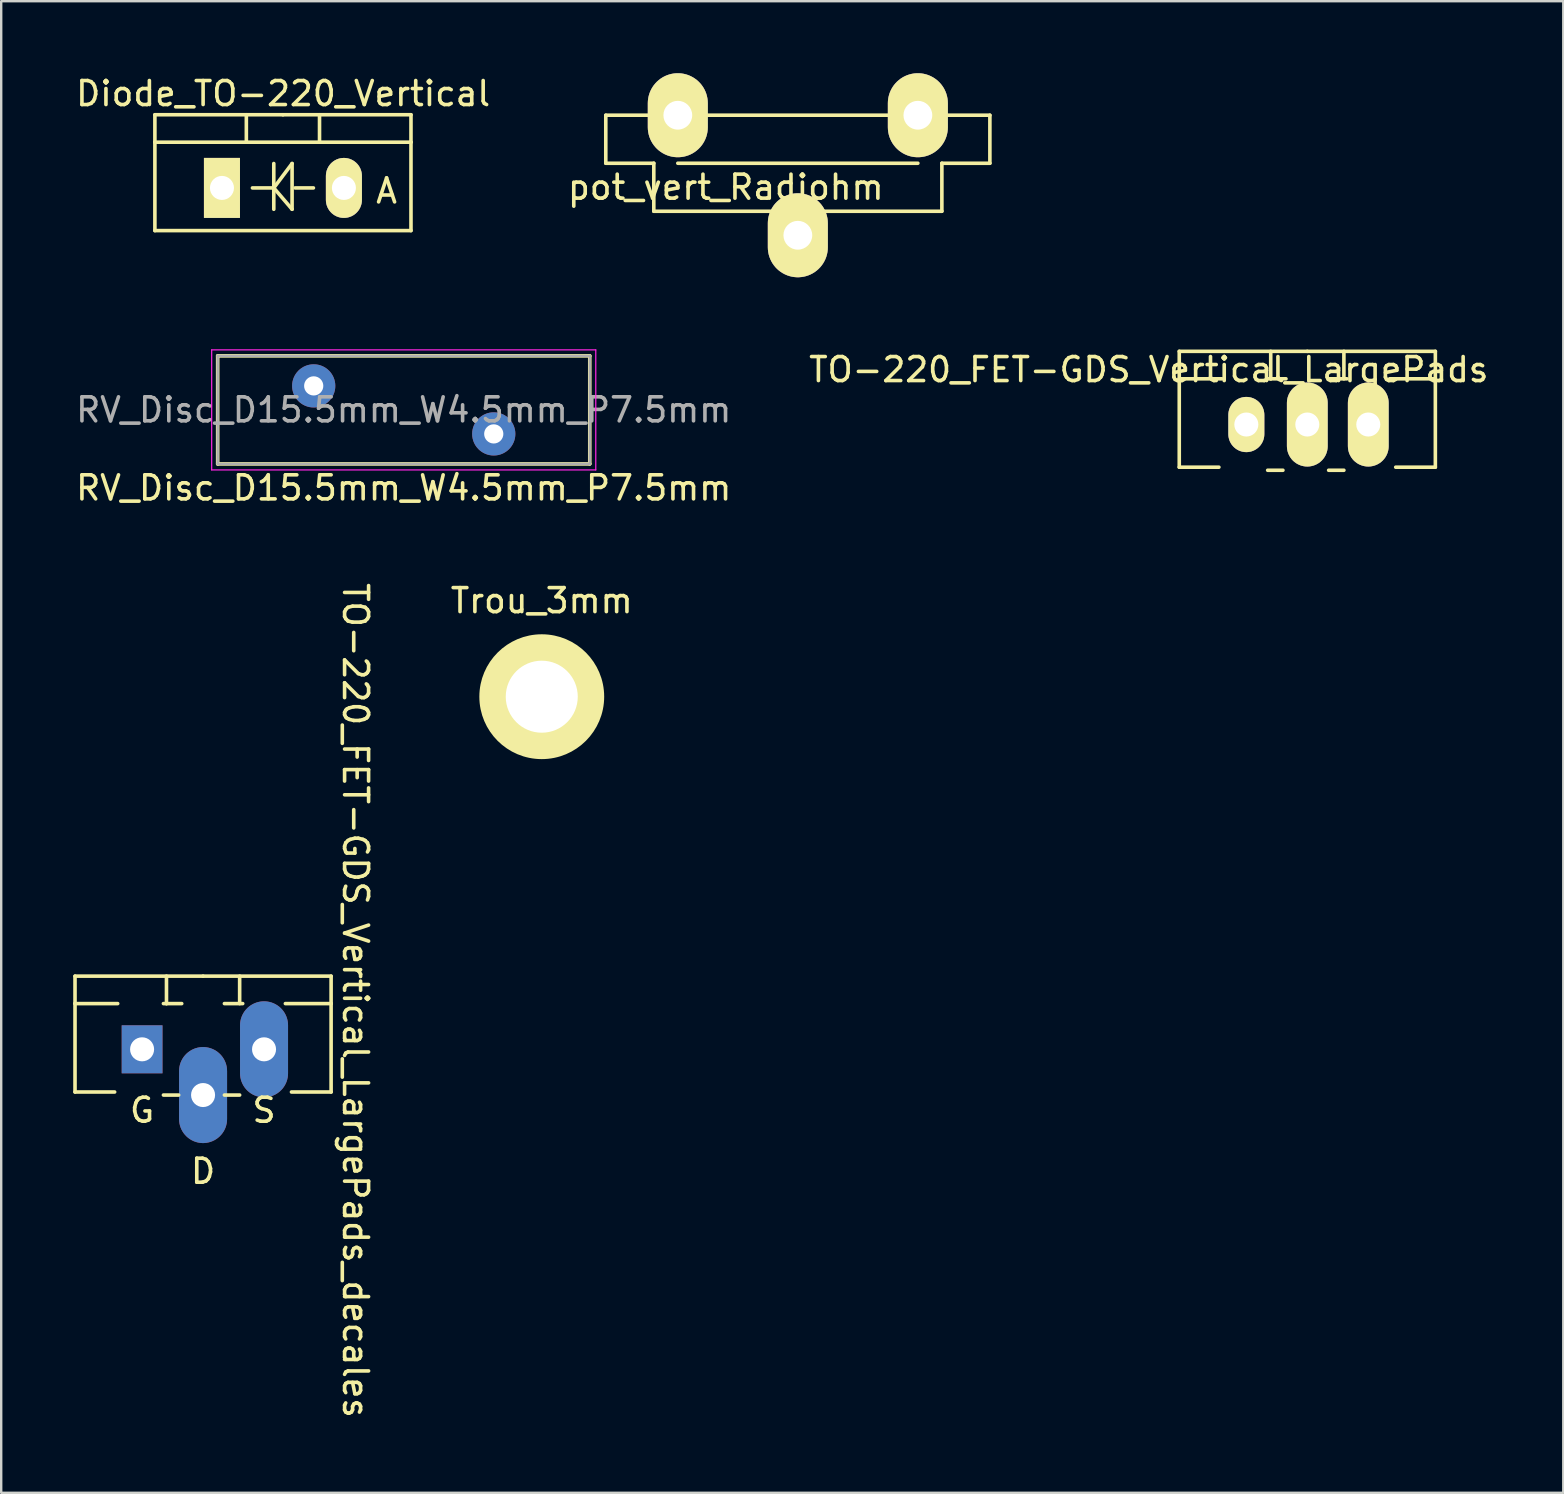
<source format=kicad_pcb>
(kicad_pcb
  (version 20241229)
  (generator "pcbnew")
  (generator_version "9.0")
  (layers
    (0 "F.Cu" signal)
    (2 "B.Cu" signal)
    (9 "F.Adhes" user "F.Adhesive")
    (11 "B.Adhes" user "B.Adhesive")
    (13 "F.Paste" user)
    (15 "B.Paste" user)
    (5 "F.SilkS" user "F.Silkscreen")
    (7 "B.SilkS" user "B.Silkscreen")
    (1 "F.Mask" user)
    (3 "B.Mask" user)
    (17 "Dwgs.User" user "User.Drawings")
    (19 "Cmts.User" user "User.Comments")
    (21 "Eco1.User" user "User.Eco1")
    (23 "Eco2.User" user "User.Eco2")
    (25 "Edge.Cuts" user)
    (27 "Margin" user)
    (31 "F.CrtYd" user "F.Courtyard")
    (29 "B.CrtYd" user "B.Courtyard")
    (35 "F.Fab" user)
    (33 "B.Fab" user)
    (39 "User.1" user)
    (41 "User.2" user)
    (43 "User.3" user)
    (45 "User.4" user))
  (footprint "RV_Disc_D15.5mm_W4.5mm_P7.5mm"
    (layer "F.Cu")
    (at 10.018 13.025)
    (property "Reference" "RV_Disc_D15.5mm_W4.5mm_P7.5mm" (at 3.75 4.25 0) (layer "F.SilkS") (effects (font (size 1 1) (thickness 0.15))))
    (attr through_hole)
    (fp_line (start -4 -1.25) (end -4 3.25) (stroke (width 0.15) (type solid)) (layer "F.SilkS"))
    (fp_line (start -4 -1.25) (end 11.5 -1.25) (stroke (width 0.15) (type solid)) (layer "F.SilkS"))
    (fp_line (start -4 3.25) (end 11.5 3.25) (stroke (width 0.15) (type solid)) (layer "F.SilkS"))
    (fp_line (start 11.5 -1.25) (end 11.5 3.25) (stroke (width 0.15) (type solid)) (layer "F.SilkS"))
    (fp_line (start -4.25 -1.5) (end -4.25 3.5) (stroke (width 0.05) (type solid)) (layer "F.CrtYd"))
    (fp_line (start -4.25 -1.5) (end 11.75 -1.5) (stroke (width 0.05) (type solid)) (layer "F.CrtYd"))
    (fp_line (start -4.25 3.5) (end 11.75 3.5) (stroke (width 0.05) (type solid)) (layer "F.CrtYd"))
    (fp_line (start 11.75 -1.5) (end 11.75 3.5) (stroke (width 0.05) (type solid)) (layer "F.CrtYd"))
    (fp_line (start -4 -1.25) (end -4 3.25) (stroke (width 0.1) (type solid)) (layer "F.Fab"))
    (fp_line (start -4 -1.25) (end 11.5 -1.25) (stroke (width 0.1) (type solid)) (layer "F.Fab"))
    (fp_line (start -4 3.25) (end 11.5 3.25) (stroke (width 0.1) (type solid)) (layer "F.Fab"))
    (fp_line (start 11.5 -1.25) (end 11.5 3.25) (stroke (width 0.1) (type solid)) (layer "F.Fab"))
    (fp_text user "${REFERENCE}" (at 3.75 1 0) (layer "F.Fab") (effects (font (size 1 1) (thickness 0.15))))
    (pad "1" thru_hole circle (at 0 0) (size 1.8 1.8) (drill 0.8) (layers "*.Cu" "*.Mask"))
    (pad "2" thru_hole circle (at 7.5 2) (size 1.8 1.8) (drill 0.8) (layers "*.Cu" "*.Mask")))
  (footprint "Diode_TO-220_Vertical"
    (layer "F.Cu")
    (at 6.196 4.778)
    (property "Reference" "Diode_TO-220_Vertical" (at 2.548 -3.929 0) (layer "F.SilkS") (effects (font (size 1 1) (thickness 0.15))))
    (attr through_hole)
    (fp_line (start -2.794 -1.905) (end -2.794 -3.048) (stroke (width 0.15) (type solid)) (layer "F.SilkS"))
    (fp_line (start -2.794 1.778) (end -2.794 -1.905) (stroke (width 0.15) (type solid)) (layer "F.SilkS"))
    (fp_line (start 1.016 -3.048) (end 1.016 -1.905) (stroke (width 0.15) (type solid)) (layer "F.SilkS"))
    (fp_line (start 2.159 -1.016) (end 2.159 0.889) (stroke (width 0.15) (type solid)) (layer "F.SilkS"))
    (fp_line (start 2.159 0) (end 1.27 0) (stroke (width 0.15) (type solid)) (layer "F.SilkS"))
    (fp_line (start 2.159 0) (end 2.921 -1.016) (stroke (width 0.15) (type solid)) (layer "F.SilkS"))
    (fp_line (start 2.54 -3.048) (end -2.794 -3.048) (stroke (width 0.15) (type solid)) (layer "F.SilkS"))
    (fp_line (start 2.54 -3.048) (end 7.874 -3.048) (stroke (width 0.15) (type solid)) (layer "F.SilkS"))
    (fp_line (start 2.921 -1.016) (end 2.921 0.889) (stroke (width 0.15) (type solid)) (layer "F.SilkS"))
    (fp_line (start 2.921 0.889) (end 2.159 0) (stroke (width 0.15) (type solid)) (layer "F.SilkS"))
    (fp_line (start 3.048 0) (end 3.81 0) (stroke (width 0.15) (type solid)) (layer "F.SilkS"))
    (fp_line (start 4.064 -3.048) (end 4.064 -1.905) (stroke (width 0.15) (type solid)) (layer "F.SilkS"))
    (fp_line (start 7.874 -3.048) (end 7.874 -1.905) (stroke (width 0.15) (type solid)) (layer "F.SilkS"))
    (fp_line (start 7.874 -1.905) (end -2.794 -1.905) (stroke (width 0.15) (type solid)) (layer "F.SilkS"))
    (fp_line (start 7.874 -1.905) (end 7.874 1.778) (stroke (width 0.15) (type solid)) (layer "F.SilkS"))
    (fp_line (start 7.874 1.778) (end -2.794 1.778) (stroke (width 0.15) (type solid)) (layer "F.SilkS"))
    (fp_text user "A" (at 6.858 0.127 0) (layer "F.SilkS") (effects (font (size 1 1) (thickness 0.15))))
    (pad "1" thru_hole rect (at 0 0 90) (size 2.499 1.501) (drill 1.001) (layers "*.Cu" "*.Mask" "F.SilkS"))
    (pad "2" thru_hole oval (at 5.08 0 90) (size 2.499 1.501) (drill 1.001) (layers "*.Cu" "*.Mask" "F.SilkS")))
  (footprint "TO-220_FET-GDS_Vertical_LargePads"
    (layer "F.Cu")
    (at 51.408 14.634)
    (property "Reference" "TO-220_FET-GDS_Vertical_LargePads" (at -6.604 -2.286 0) (layer "F.SilkS") (effects (font (size 1 1) (thickness 0.15))))
    (attr through_hole)
    (fp_line (start -5.334 -1.905) (end -5.334 -3.048) (stroke (width 0.15) (type solid)) (layer "F.SilkS"))
    (fp_line (start -5.334 -1.905) (end -3.556 -1.905) (stroke (width 0.15) (type solid)) (layer "F.SilkS"))
    (fp_line (start -5.334 1.778) (end -5.334 -1.905) (stroke (width 0.15) (type solid)) (layer "F.SilkS"))
    (fp_line (start -5.334 1.778) (end -3.683 1.778) (stroke (width 0.15) (type solid)) (layer "F.SilkS"))
    (fp_line (start -1.524 -3.048) (end -1.524 -1.905) (stroke (width 0.15) (type solid)) (layer "F.SilkS"))
    (fp_line (start -1.524 -1.905) (end -1.651 -1.905) (stroke (width 0.15) (type solid)) (layer "F.SilkS"))
    (fp_line (start -1.524 -1.905) (end -0.889 -1.905) (stroke (width 0.15) (type solid)) (layer "F.SilkS"))
    (fp_line (start -1.016 1.905) (end -1.651 1.905) (stroke (width 0.15) (type solid)) (layer "F.SilkS"))
    (fp_line (start 0 -3.048) (end -5.334 -3.048) (stroke (width 0.15) (type solid)) (layer "F.SilkS"))
    (fp_line (start 0 -3.048) (end 5.334 -3.048) (stroke (width 0.15) (type solid)) (layer "F.SilkS"))
    (fp_line (start 0.889 -1.905) (end 1.651 -1.905) (stroke (width 0.15) (type solid)) (layer "F.SilkS"))
    (fp_line (start 1.524 -3.048) (end 1.524 -1.905) (stroke (width 0.15) (type solid)) (layer "F.SilkS"))
    (fp_line (start 1.524 1.905) (end 0.889 1.905) (stroke (width 0.15) (type solid)) (layer "F.SilkS"))
    (fp_line (start 5.334 -3.048) (end 5.334 -1.905) (stroke (width 0.15) (type solid)) (layer "F.SilkS"))
    (fp_line (start 5.334 -1.905) (end 3.429 -1.905) (stroke (width 0.15) (type solid)) (layer "F.SilkS"))
    (fp_line (start 5.334 -1.905) (end 5.334 1.778) (stroke (width 0.15) (type solid)) (layer "F.SilkS"))
    (fp_line (start 5.334 1.778) (end 3.683 1.778) (stroke (width 0.15) (type solid)) (layer "F.SilkS"))
    (pad "D" thru_hole oval (at 0 0 90) (size 3.5 1.699) (drill 1.001) (layers "*.Cu" "*.Mask" "F.SilkS"))
    (pad "G" thru_hole oval (at -2.54 0 90) (size 2.3 1.5) (drill 1.001) (layers "*.Cu" "*.Mask" "F.SilkS"))
    (pad "S" thru_hole oval (at 2.54 0 90) (size 3.5 1.699) (drill 1.001) (layers "*.Cu" "*.Mask" "F.SilkS")))
  (footprint "TO-220_FET-GDS_Vertical_LargePads_decales"
    (layer "F.Cu")
    (at 5.409 40.661)
    (property "Reference" "TO-220_FET-GDS_Vertical_LargePads_decales" (at 6.35 -2.032 270) (unlocked yes) (layer "F.SilkS") (effects (font (size 1 1) (thickness 0.15))))
    (attr through_hole)
    (fp_line (start -5.334 -1.905) (end -5.334 -3.048) (stroke (width 0.15) (type solid)) (layer "F.SilkS"))
    (fp_line (start -5.334 -1.905) (end -3.556 -1.905) (stroke (width 0.15) (type solid)) (layer "F.SilkS"))
    (fp_line (start -5.334 1.778) (end -5.334 -1.905) (stroke (width 0.15) (type solid)) (layer "F.SilkS"))
    (fp_line (start -5.334 1.778) (end -3.683 1.778) (stroke (width 0.15) (type solid)) (layer "F.SilkS"))
    (fp_line (start -1.524 -3.048) (end -1.524 -1.905) (stroke (width 0.15) (type solid)) (layer "F.SilkS"))
    (fp_line (start -1.524 -1.905) (end -1.651 -1.905) (stroke (width 0.15) (type solid)) (layer "F.SilkS"))
    (fp_line (start -1.524 -1.905) (end -0.889 -1.905) (stroke (width 0.15) (type solid)) (layer "F.SilkS"))
    (fp_line (start -1.016 1.905) (end -1.651 1.905) (stroke (width 0.15) (type solid)) (layer "F.SilkS"))
    (fp_line (start 0 -3.048) (end -5.334 -3.048) (stroke (width 0.15) (type solid)) (layer "F.SilkS"))
    (fp_line (start 0 -3.048) (end 5.334 -3.048) (stroke (width 0.15) (type solid)) (layer "F.SilkS"))
    (fp_line (start 0.889 -1.905) (end 1.651 -1.905) (stroke (width 0.15) (type solid)) (layer "F.SilkS"))
    (fp_line (start 1.524 -3.048) (end 1.524 -1.905) (stroke (width 0.15) (type solid)) (layer "F.SilkS"))
    (fp_line (start 1.524 1.905) (end 0.889 1.905) (stroke (width 0.15) (type solid)) (layer "F.SilkS"))
    (fp_line (start 5.334 -3.048) (end 5.334 -1.905) (stroke (width 0.15) (type solid)) (layer "F.SilkS"))
    (fp_line (start 5.334 -1.905) (end 3.429 -1.905) (stroke (width 0.15) (type solid)) (layer "F.SilkS"))
    (fp_line (start 5.334 -1.905) (end 5.334 1.778) (stroke (width 0.15) (type solid)) (layer "F.SilkS"))
    (fp_line (start 5.334 1.778) (end 3.683 1.778) (stroke (width 0.15) (type solid)) (layer "F.SilkS"))
    (fp_text user "S" (at 2.54 2.54 0) (layer "F.SilkS") (effects (font (size 1 1) (thickness 0.15))))
    (fp_text user "D" (at 0 5.08 0) (layer "F.SilkS") (effects (font (size 1 1) (thickness 0.15))))
    (fp_text user "G" (at -2.54 2.54 0) (layer "F.SilkS") (effects (font (size 1 1) (thickness 0.15))))
    (pad "D" thru_hole oval (at 0 1.905 90) (size 4 2) (drill 1.001) (layers "*.Cu" "*.Mask"))
    (pad "G" thru_hole rect (at -2.54 0 90) (size 2 1.699) (drill 1.001) (layers "*.Cu" "*.Mask"))
    (pad "S" thru_hole oval (at 2.54 0 90) (size 4 2) (drill 1.001) (layers "*.Cu" "*.Mask")))
  (footprint "Trou_3mm"
    (layer "F.Cu")
    (at 19.518 25.972)
    (property "Reference" "Trou_3mm" (at 0 -4 0) (layer "F.SilkS") (effects (font (size 1 1) (thickness 0.15))))
    (attr through_hole)
    (fp_circle (center 0 0) (end 2.5 0) (stroke (width 0.2) (type solid)) (fill no) (layer "F.SilkS"))
    (pad "1" thru_hole circle (at 0 0) (size 5 5) (drill 3) (layers "*.Cu" "F.SilkS")))
  (footprint "pot_vert_Radiohm"
    (layer "F.Cu")
    (at 30.185 6.75)
    (property "Reference" "pot_vert_Radiohm" (at -3 -2 0) (layer "F.SilkS") (effects (font (size 1 1) (thickness 0.15))))
    (attr through_hole)
    (fp_line (start -8 -5) (end 8 -5) (stroke (width 0.15) (type solid)) (layer "F.SilkS"))
    (fp_line (start -8 -3) (end -8 -5) (stroke (width 0.15) (type solid)) (layer "F.SilkS"))
    (fp_line (start -6 -3) (end -8 -3) (stroke (width 0.15) (type solid)) (layer "F.SilkS"))
    (fp_line (start -6 -1) (end -6 -3) (stroke (width 0.15) (type solid)) (layer "F.SilkS"))
    (fp_line (start -5 -3) (end 5 -3) (stroke (width 0.15) (type solid)) (layer "F.SilkS"))
    (fp_line (start 6 -3) (end 6 -1) (stroke (width 0.15) (type solid)) (layer "F.SilkS"))
    (fp_line (start 6 -1) (end -6 -1) (stroke (width 0.15) (type solid)) (layer "F.SilkS"))
    (fp_line (start 8 -5) (end 8 -3) (stroke (width 0.15) (type solid)) (layer "F.SilkS"))
    (fp_line (start 8 -3) (end 6 -3) (stroke (width 0.15) (type solid)) (layer "F.SilkS"))
    (pad "1" thru_hole oval (at 5 -5) (size 2.5 3.5) (drill 1.199) (layers "*.Cu" "*.Mask" "F.SilkS"))
    (pad "2" thru_hole oval (at 0 0) (size 2.5 3.5) (drill 1.199) (layers "*.Cu" "*.Mask" "F.SilkS"))
    (pad "3" thru_hole oval (at -5 -5) (size 2.5 3.5) (drill 1.199) (layers "*.Cu" "*.Mask" "F.SilkS")))
  (gr_rect
    (start -3 -3)
    (end 62.071 59.135)
    (stroke (width 0.1) (type default))
    (fill no)
    (layer "Edge.Cuts")))
</source>
